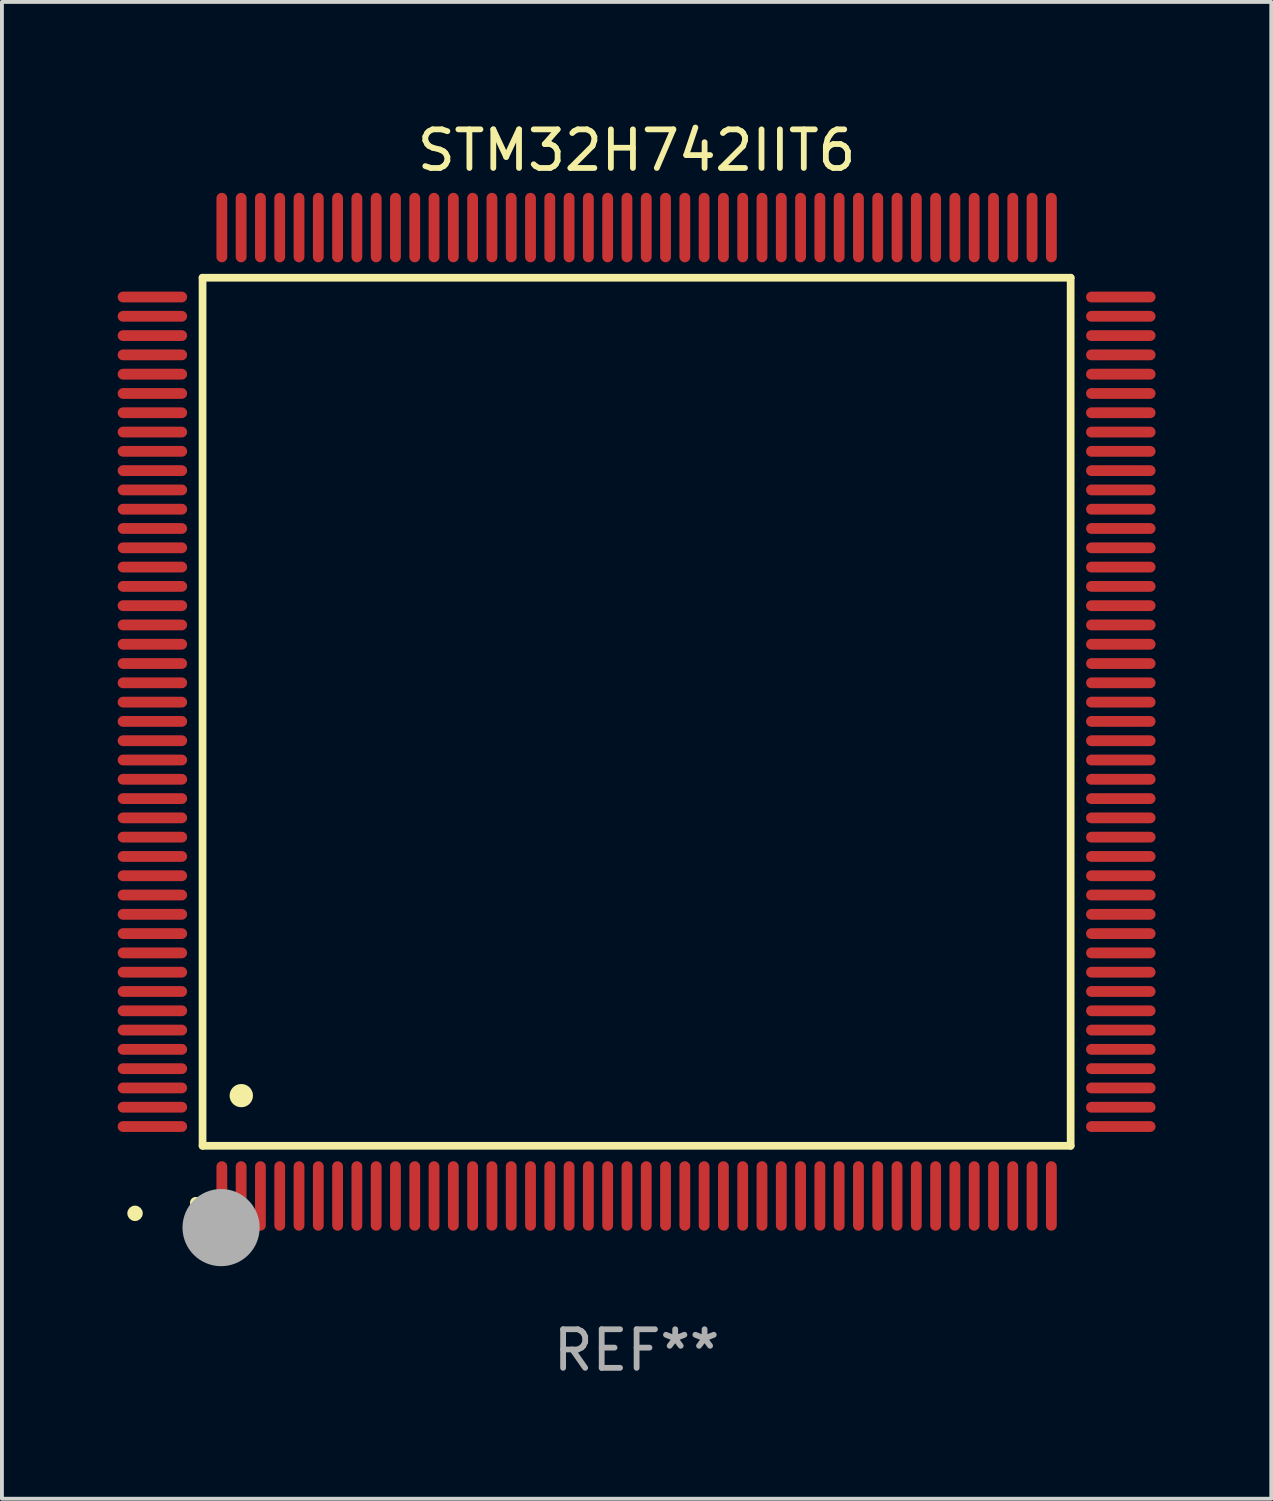
<source format=kicad_pcb>
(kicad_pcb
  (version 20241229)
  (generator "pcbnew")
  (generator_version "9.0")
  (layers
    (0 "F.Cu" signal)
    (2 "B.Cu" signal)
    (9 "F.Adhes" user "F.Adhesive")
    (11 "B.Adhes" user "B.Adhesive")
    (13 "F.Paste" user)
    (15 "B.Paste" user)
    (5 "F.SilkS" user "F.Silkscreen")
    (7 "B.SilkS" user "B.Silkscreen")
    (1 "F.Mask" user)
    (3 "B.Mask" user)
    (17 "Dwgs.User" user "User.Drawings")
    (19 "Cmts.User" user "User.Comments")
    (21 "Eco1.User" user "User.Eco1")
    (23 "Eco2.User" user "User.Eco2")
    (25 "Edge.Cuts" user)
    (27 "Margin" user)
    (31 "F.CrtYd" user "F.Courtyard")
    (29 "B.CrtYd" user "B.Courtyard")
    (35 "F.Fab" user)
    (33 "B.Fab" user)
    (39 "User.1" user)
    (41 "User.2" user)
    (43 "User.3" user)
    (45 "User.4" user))
  (footprint "STM32H742IIT6"
    (layer "F.Cu")
    (at 13.45 15.398)
    (property "Reference" "STM32H742IIT6" (at 0 -14.55 0) (layer "F.SilkS") (effects (font (size 1 1) (thickness 0.15))))
    (attr through_hole)
    (fp_line (start -11.25 -11.25) (end 11.25 -11.25) (stroke (width 0.2) (type solid)) (layer "F.SilkS"))
    (fp_line (start -11.25 11.25) (end -11.25 -11.25) (stroke (width 0.2) (type solid)) (layer "F.SilkS"))
    (fp_line (start 11.25 -11.25) (end 11.25 11.25) (stroke (width 0.2) (type solid)) (layer "F.SilkS"))
    (fp_line (start 11.25 11.25) (end -11.25 11.25) (stroke (width 0.2) (type solid)) (layer "F.SilkS"))
    (fp_arc (start -11.424943 12.725425) (mid -11.423673 12.72542) (end -11.422403 12.725425) (stroke (width 0.3) (type solid)) (layer "F.SilkS"))
    (fp_arc (start -10.24892 9.9492) (mid -10.24638 9.949189) (end -10.24384 9.9492) (stroke (width 0.6) (type solid)) (layer "F.SilkS"))
    (fp_circle (center -13 13) (end -12.9 13) (stroke (width 0.2) (type solid)) (fill no) (layer "F.SilkS"))
    (fp_circle (center -10.77 13.37) (end -10.27 13.37) (stroke (width 1) (type solid)) (fill no) (layer "F.Fab"))
    (fp_text user "REF**" (at 0 16.55 0) (layer "F.Fab") (effects (font (size 1 1) (thickness 0.15))))
    (pad "1" smd oval (at -10.75 12.55) (size 0.28 1.8) (layers "F.Cu" "F.Mask" "F.Paste"))
    (pad "2" smd oval (at -10.25 12.55) (size 0.28 1.8) (layers "F.Cu" "F.Mask" "F.Paste"))
    (pad "3" smd oval (at -9.75 12.55) (size 0.28 1.8) (layers "F.Cu" "F.Mask" "F.Paste"))
    (pad "4" smd oval (at -9.25 12.55) (size 0.28 1.8) (layers "F.Cu" "F.Mask" "F.Paste"))
    (pad "5" smd oval (at -8.75 12.55) (size 0.28 1.8) (layers "F.Cu" "F.Mask" "F.Paste"))
    (pad "6" smd oval (at -8.25 12.55) (size 0.28 1.8) (layers "F.Cu" "F.Mask" "F.Paste"))
    (pad "7" smd oval (at -7.75 12.55) (size 0.28 1.8) (layers "F.Cu" "F.Mask" "F.Paste"))
    (pad "8" smd oval (at -7.25 12.55) (size 0.28 1.8) (layers "F.Cu" "F.Mask" "F.Paste"))
    (pad "9" smd oval (at -6.75 12.55) (size 0.28 1.8) (layers "F.Cu" "F.Mask" "F.Paste"))
    (pad "10" smd oval (at -6.25 12.55) (size 0.28 1.8) (layers "F.Cu" "F.Mask" "F.Paste"))
    (pad "11" smd oval (at -5.75 12.55) (size 0.28 1.8) (layers "F.Cu" "F.Mask" "F.Paste"))
    (pad "12" smd oval (at -5.25 12.55) (size 0.28 1.8) (layers "F.Cu" "F.Mask" "F.Paste"))
    (pad "13" smd oval (at -4.75 12.55) (size 0.28 1.8) (layers "F.Cu" "F.Mask" "F.Paste"))
    (pad "14" smd oval (at -4.25 12.55) (size 0.28 1.8) (layers "F.Cu" "F.Mask" "F.Paste"))
    (pad "15" smd oval (at -3.75 12.55) (size 0.28 1.8) (layers "F.Cu" "F.Mask" "F.Paste"))
    (pad "16" smd oval (at -3.25 12.55) (size 0.28 1.8) (layers "F.Cu" "F.Mask" "F.Paste"))
    (pad "17" smd oval (at -2.75 12.55) (size 0.28 1.8) (layers "F.Cu" "F.Mask" "F.Paste"))
    (pad "18" smd oval (at -2.25 12.55) (size 0.28 1.8) (layers "F.Cu" "F.Mask" "F.Paste"))
    (pad "19" smd oval (at -1.75 12.55) (size 0.28 1.8) (layers "F.Cu" "F.Mask" "F.Paste"))
    (pad "20" smd oval (at -1.25 12.55) (size 0.28 1.8) (layers "F.Cu" "F.Mask" "F.Paste"))
    (pad "21" smd oval (at -0.75 12.55) (size 0.28 1.8) (layers "F.Cu" "F.Mask" "F.Paste"))
    (pad "22" smd oval (at -0.25 12.55) (size 0.28 1.8) (layers "F.Cu" "F.Mask" "F.Paste"))
    (pad "23" smd oval (at 0.25 12.55) (size 0.28 1.8) (layers "F.Cu" "F.Mask" "F.Paste"))
    (pad "24" smd oval (at 0.75 12.55) (size 0.28 1.8) (layers "F.Cu" "F.Mask" "F.Paste"))
    (pad "25" smd oval (at 1.25 12.55) (size 0.28 1.8) (layers "F.Cu" "F.Mask" "F.Paste"))
    (pad "26" smd oval (at 1.75 12.55) (size 0.28 1.8) (layers "F.Cu" "F.Mask" "F.Paste"))
    (pad "27" smd oval (at 2.25 12.55) (size 0.28 1.8) (layers "F.Cu" "F.Mask" "F.Paste"))
    (pad "28" smd oval (at 2.75 12.55) (size 0.28 1.8) (layers "F.Cu" "F.Mask" "F.Paste"))
    (pad "29" smd oval (at 3.25 12.55) (size 0.28 1.8) (layers "F.Cu" "F.Mask" "F.Paste"))
    (pad "30" smd oval (at 3.75 12.55) (size 0.28 1.8) (layers "F.Cu" "F.Mask" "F.Paste"))
    (pad "31" smd oval (at 4.25 12.55) (size 0.28 1.8) (layers "F.Cu" "F.Mask" "F.Paste"))
    (pad "32" smd oval (at 4.75 12.55) (size 0.28 1.8) (layers "F.Cu" "F.Mask" "F.Paste"))
    (pad "33" smd oval (at 5.25 12.55) (size 0.28 1.8) (layers "F.Cu" "F.Mask" "F.Paste"))
    (pad "34" smd oval (at 5.75 12.55) (size 0.28 1.8) (layers "F.Cu" "F.Mask" "F.Paste"))
    (pad "35" smd oval (at 6.25 12.55) (size 0.28 1.8) (layers "F.Cu" "F.Mask" "F.Paste"))
    (pad "36" smd oval (at 6.75 12.55) (size 0.28 1.8) (layers "F.Cu" "F.Mask" "F.Paste"))
    (pad "37" smd oval (at 7.25 12.55) (size 0.28 1.8) (layers "F.Cu" "F.Mask" "F.Paste"))
    (pad "38" smd oval (at 7.75 12.55) (size 0.28 1.8) (layers "F.Cu" "F.Mask" "F.Paste"))
    (pad "39" smd oval (at 8.25 12.55) (size 0.28 1.8) (layers "F.Cu" "F.Mask" "F.Paste"))
    (pad "40" smd oval (at 8.75 12.55) (size 0.28 1.8) (layers "F.Cu" "F.Mask" "F.Paste"))
    (pad "41" smd oval (at 9.25 12.55) (size 0.28 1.8) (layers "F.Cu" "F.Mask" "F.Paste"))
    (pad "42" smd oval (at 9.75 12.55) (size 0.28 1.8) (layers "F.Cu" "F.Mask" "F.Paste"))
    (pad "43" smd oval (at 10.25 12.55) (size 0.28 1.8) (layers "F.Cu" "F.Mask" "F.Paste"))
    (pad "44" smd oval (at 10.75 12.55) (size 0.28 1.8) (layers "F.Cu" "F.Mask" "F.Paste"))
    (pad "45" smd oval (at 12.55 10.75) (size 1.8 0.28) (layers "F.Cu" "F.Mask" "F.Paste"))
    (pad "46" smd oval (at 12.55 10.25) (size 1.8 0.28) (layers "F.Cu" "F.Mask" "F.Paste"))
    (pad "47" smd oval (at 12.55 9.75) (size 1.8 0.28) (layers "F.Cu" "F.Mask" "F.Paste"))
    (pad "48" smd oval (at 12.55 9.25) (size 1.8 0.28) (layers "F.Cu" "F.Mask" "F.Paste"))
    (pad "49" smd oval (at 12.55 8.75) (size 1.8 0.28) (layers "F.Cu" "F.Mask" "F.Paste"))
    (pad "50" smd oval (at 12.55 8.25) (size 1.8 0.28) (layers "F.Cu" "F.Mask" "F.Paste"))
    (pad "51" smd oval (at 12.55 7.75) (size 1.8 0.28) (layers "F.Cu" "F.Mask" "F.Paste"))
    (pad "52" smd oval (at 12.55 7.25) (size 1.8 0.28) (layers "F.Cu" "F.Mask" "F.Paste"))
    (pad "53" smd oval (at 12.55 6.75) (size 1.8 0.28) (layers "F.Cu" "F.Mask" "F.Paste"))
    (pad "54" smd oval (at 12.55 6.25) (size 1.8 0.28) (layers "F.Cu" "F.Mask" "F.Paste"))
    (pad "55" smd oval (at 12.55 5.75) (size 1.8 0.28) (layers "F.Cu" "F.Mask" "F.Paste"))
    (pad "56" smd oval (at 12.55 5.25) (size 1.8 0.28) (layers "F.Cu" "F.Mask" "F.Paste"))
    (pad "57" smd oval (at 12.55 4.75) (size 1.8 0.28) (layers "F.Cu" "F.Mask" "F.Paste"))
    (pad "58" smd oval (at 12.55 4.25) (size 1.8 0.28) (layers "F.Cu" "F.Mask" "F.Paste"))
    (pad "59" smd oval (at 12.55 3.75) (size 1.8 0.28) (layers "F.Cu" "F.Mask" "F.Paste"))
    (pad "60" smd oval (at 12.55 3.25) (size 1.8 0.28) (layers "F.Cu" "F.Mask" "F.Paste"))
    (pad "61" smd oval (at 12.55 2.75) (size 1.8 0.28) (layers "F.Cu" "F.Mask" "F.Paste"))
    (pad "62" smd oval (at 12.55 2.25) (size 1.8 0.28) (layers "F.Cu" "F.Mask" "F.Paste"))
    (pad "63" smd oval (at 12.55 1.75) (size 1.8 0.28) (layers "F.Cu" "F.Mask" "F.Paste"))
    (pad "64" smd oval (at 12.55 1.25) (size 1.8 0.28) (layers "F.Cu" "F.Mask" "F.Paste"))
    (pad "65" smd oval (at 12.55 0.75) (size 1.8 0.28) (layers "F.Cu" "F.Mask" "F.Paste"))
    (pad "66" smd oval (at 12.55 0.25) (size 1.8 0.28) (layers "F.Cu" "F.Mask" "F.Paste"))
    (pad "67" smd oval (at 12.55 -0.25) (size 1.8 0.28) (layers "F.Cu" "F.Mask" "F.Paste"))
    (pad "68" smd oval (at 12.55 -0.75) (size 1.8 0.28) (layers "F.Cu" "F.Mask" "F.Paste"))
    (pad "69" smd oval (at 12.55 -1.25) (size 1.8 0.28) (layers "F.Cu" "F.Mask" "F.Paste"))
    (pad "70" smd oval (at 12.55 -1.75) (size 1.8 0.28) (layers "F.Cu" "F.Mask" "F.Paste"))
    (pad "71" smd oval (at 12.55 -2.25) (size 1.8 0.28) (layers "F.Cu" "F.Mask" "F.Paste"))
    (pad "72" smd oval (at 12.55 -2.75) (size 1.8 0.28) (layers "F.Cu" "F.Mask" "F.Paste"))
    (pad "73" smd oval (at 12.55 -3.25) (size 1.8 0.28) (layers "F.Cu" "F.Mask" "F.Paste"))
    (pad "74" smd oval (at 12.55 -3.75) (size 1.8 0.28) (layers "F.Cu" "F.Mask" "F.Paste"))
    (pad "75" smd oval (at 12.55 -4.25) (size 1.8 0.28) (layers "F.Cu" "F.Mask" "F.Paste"))
    (pad "76" smd oval (at 12.55 -4.75) (size 1.8 0.28) (layers "F.Cu" "F.Mask" "F.Paste"))
    (pad "77" smd oval (at 12.55 -5.25) (size 1.8 0.28) (layers "F.Cu" "F.Mask" "F.Paste"))
    (pad "78" smd oval (at 12.55 -5.75) (size 1.8 0.28) (layers "F.Cu" "F.Mask" "F.Paste"))
    (pad "79" smd oval (at 12.55 -6.25) (size 1.8 0.28) (layers "F.Cu" "F.Mask" "F.Paste"))
    (pad "80" smd oval (at 12.55 -6.75) (size 1.8 0.28) (layers "F.Cu" "F.Mask" "F.Paste"))
    (pad "81" smd oval (at 12.55 -7.25) (size 1.8 0.28) (layers "F.Cu" "F.Mask" "F.Paste"))
    (pad "82" smd oval (at 12.55 -7.75) (size 1.8 0.28) (layers "F.Cu" "F.Mask" "F.Paste"))
    (pad "83" smd oval (at 12.55 -8.25) (size 1.8 0.28) (layers "F.Cu" "F.Mask" "F.Paste"))
    (pad "84" smd oval (at 12.55 -8.75) (size 1.8 0.28) (layers "F.Cu" "F.Mask" "F.Paste"))
    (pad "85" smd oval (at 12.55 -9.25) (size 1.8 0.28) (layers "F.Cu" "F.Mask" "F.Paste"))
    (pad "86" smd oval (at 12.55 -9.75) (size 1.8 0.28) (layers "F.Cu" "F.Mask" "F.Paste"))
    (pad "87" smd oval (at 12.55 -10.25) (size 1.8 0.28) (layers "F.Cu" "F.Mask" "F.Paste"))
    (pad "88" smd oval (at 12.55 -10.75) (size 1.8 0.28) (layers "F.Cu" "F.Mask" "F.Paste"))
    (pad "89" smd oval (at 10.75 -12.55) (size 0.28 1.8) (layers "F.Cu" "F.Mask" "F.Paste"))
    (pad "90" smd oval (at 10.25 -12.55) (size 0.28 1.8) (layers "F.Cu" "F.Mask" "F.Paste"))
    (pad "91" smd oval (at 9.75 -12.55) (size 0.28 1.8) (layers "F.Cu" "F.Mask" "F.Paste"))
    (pad "92" smd oval (at 9.25 -12.55) (size 0.28 1.8) (layers "F.Cu" "F.Mask" "F.Paste"))
    (pad "93" smd oval (at 8.75 -12.55) (size 0.28 1.8) (layers "F.Cu" "F.Mask" "F.Paste"))
    (pad "94" smd oval (at 8.25 -12.55) (size 0.28 1.8) (layers "F.Cu" "F.Mask" "F.Paste"))
    (pad "95" smd oval (at 7.75 -12.55) (size 0.28 1.8) (layers "F.Cu" "F.Mask" "F.Paste"))
    (pad "96" smd oval (at 7.25 -12.55) (size 0.28 1.8) (layers "F.Cu" "F.Mask" "F.Paste"))
    (pad "97" smd oval (at 6.75 -12.55) (size 0.28 1.8) (layers "F.Cu" "F.Mask" "F.Paste"))
    (pad "98" smd oval (at 6.25 -12.55) (size 0.28 1.8) (layers "F.Cu" "F.Mask" "F.Paste"))
    (pad "99" smd oval (at 5.75 -12.55) (size 0.28 1.8) (layers "F.Cu" "F.Mask" "F.Paste"))
    (pad "100" smd oval (at 5.25 -12.55) (size 0.28 1.8) (layers "F.Cu" "F.Mask" "F.Paste"))
    (pad "101" smd oval (at 4.75 -12.55) (size 0.28 1.8) (layers "F.Cu" "F.Mask" "F.Paste"))
    (pad "102" smd oval (at 4.25 -12.55) (size 0.28 1.8) (layers "F.Cu" "F.Mask" "F.Paste"))
    (pad "103" smd oval (at 3.75 -12.55) (size 0.28 1.8) (layers "F.Cu" "F.Mask" "F.Paste"))
    (pad "104" smd oval (at 3.25 -12.55) (size 0.28 1.8) (layers "F.Cu" "F.Mask" "F.Paste"))
    (pad "105" smd oval (at 2.75 -12.55) (size 0.28 1.8) (layers "F.Cu" "F.Mask" "F.Paste"))
    (pad "106" smd oval (at 2.25 -12.55) (size 0.28 1.8) (layers "F.Cu" "F.Mask" "F.Paste"))
    (pad "107" smd oval (at 1.75 -12.55) (size 0.28 1.8) (layers "F.Cu" "F.Mask" "F.Paste"))
    (pad "108" smd oval (at 1.25 -12.55) (size 0.28 1.8) (layers "F.Cu" "F.Mask" "F.Paste"))
    (pad "109" smd oval (at 0.75 -12.55) (size 0.28 1.8) (layers "F.Cu" "F.Mask" "F.Paste"))
    (pad "110" smd oval (at 0.25 -12.55) (size 0.28 1.8) (layers "F.Cu" "F.Mask" "F.Paste"))
    (pad "111" smd oval (at -0.25 -12.55) (size 0.28 1.8) (layers "F.Cu" "F.Mask" "F.Paste"))
    (pad "112" smd oval (at -0.75 -12.55) (size 0.28 1.8) (layers "F.Cu" "F.Mask" "F.Paste"))
    (pad "113" smd oval (at -1.25 -12.55) (size 0.28 1.8) (layers "F.Cu" "F.Mask" "F.Paste"))
    (pad "114" smd oval (at -1.75 -12.55) (size 0.28 1.8) (layers "F.Cu" "F.Mask" "F.Paste"))
    (pad "115" smd oval (at -2.25 -12.55) (size 0.28 1.8) (layers "F.Cu" "F.Mask" "F.Paste"))
    (pad "116" smd oval (at -2.75 -12.55) (size 0.28 1.8) (layers "F.Cu" "F.Mask" "F.Paste"))
    (pad "117" smd oval (at -3.25 -12.55) (size 0.28 1.8) (layers "F.Cu" "F.Mask" "F.Paste"))
    (pad "118" smd oval (at -3.75 -12.55) (size 0.28 1.8) (layers "F.Cu" "F.Mask" "F.Paste"))
    (pad "119" smd oval (at -4.25 -12.55) (size 0.28 1.8) (layers "F.Cu" "F.Mask" "F.Paste"))
    (pad "120" smd oval (at -4.75 -12.55) (size 0.28 1.8) (layers "F.Cu" "F.Mask" "F.Paste"))
    (pad "121" smd oval (at -5.25 -12.55) (size 0.28 1.8) (layers "F.Cu" "F.Mask" "F.Paste"))
    (pad "122" smd oval (at -5.75 -12.55) (size 0.28 1.8) (layers "F.Cu" "F.Mask" "F.Paste"))
    (pad "123" smd oval (at -6.25 -12.55) (size 0.28 1.8) (layers "F.Cu" "F.Mask" "F.Paste"))
    (pad "124" smd oval (at -6.75 -12.55) (size 0.28 1.8) (layers "F.Cu" "F.Mask" "F.Paste"))
    (pad "125" smd oval (at -7.25 -12.55) (size 0.28 1.8) (layers "F.Cu" "F.Mask" "F.Paste"))
    (pad "126" smd oval (at -7.75 -12.55) (size 0.28 1.8) (layers "F.Cu" "F.Mask" "F.Paste"))
    (pad "127" smd oval (at -8.25 -12.55) (size 0.28 1.8) (layers "F.Cu" "F.Mask" "F.Paste"))
    (pad "128" smd oval (at -8.75 -12.55) (size 0.28 1.8) (layers "F.Cu" "F.Mask" "F.Paste"))
    (pad "129" smd oval (at -9.25 -12.55) (size 0.28 1.8) (layers "F.Cu" "F.Mask" "F.Paste"))
    (pad "130" smd oval (at -9.75 -12.55) (size 0.28 1.8) (layers "F.Cu" "F.Mask" "F.Paste"))
    (pad "131" smd oval (at -10.25 -12.55) (size 0.28 1.8) (layers "F.Cu" "F.Mask" "F.Paste"))
    (pad "132" smd oval (at -10.75 -12.55) (size 0.28 1.8) (layers "F.Cu" "F.Mask" "F.Paste"))
    (pad "133" smd oval (at -12.55 -10.75) (size 1.8 0.28) (layers "F.Cu" "F.Mask" "F.Paste"))
    (pad "134" smd oval (at -12.55 -10.25) (size 1.8 0.28) (layers "F.Cu" "F.Mask" "F.Paste"))
    (pad "135" smd oval (at -12.55 -9.75) (size 1.8 0.28) (layers "F.Cu" "F.Mask" "F.Paste"))
    (pad "136" smd oval (at -12.55 -9.25) (size 1.8 0.28) (layers "F.Cu" "F.Mask" "F.Paste"))
    (pad "137" smd oval (at -12.55 -8.75) (size 1.8 0.28) (layers "F.Cu" "F.Mask" "F.Paste"))
    (pad "138" smd oval (at -12.55 -8.25) (size 1.8 0.28) (layers "F.Cu" "F.Mask" "F.Paste"))
    (pad "139" smd oval (at -12.55 -7.75) (size 1.8 0.28) (layers "F.Cu" "F.Mask" "F.Paste"))
    (pad "140" smd oval (at -12.55 -7.25) (size 1.8 0.28) (layers "F.Cu" "F.Mask" "F.Paste"))
    (pad "141" smd oval (at -12.55 -6.75) (size 1.8 0.28) (layers "F.Cu" "F.Mask" "F.Paste"))
    (pad "142" smd oval (at -12.55 -6.25) (size 1.8 0.28) (layers "F.Cu" "F.Mask" "F.Paste"))
    (pad "143" smd oval (at -12.55 -5.75) (size 1.8 0.28) (layers "F.Cu" "F.Mask" "F.Paste"))
    (pad "144" smd oval (at -12.55 -5.25) (size 1.8 0.28) (layers "F.Cu" "F.Mask" "F.Paste"))
    (pad "145" smd oval (at -12.55 -4.75) (size 1.8 0.28) (layers "F.Cu" "F.Mask" "F.Paste"))
    (pad "146" smd oval (at -12.55 -4.25) (size 1.8 0.28) (layers "F.Cu" "F.Mask" "F.Paste"))
    (pad "147" smd oval (at -12.55 -3.75) (size 1.8 0.28) (layers "F.Cu" "F.Mask" "F.Paste"))
    (pad "148" smd oval (at -12.55 -3.25) (size 1.8 0.28) (layers "F.Cu" "F.Mask" "F.Paste"))
    (pad "149" smd oval (at -12.55 -2.75) (size 1.8 0.28) (layers "F.Cu" "F.Mask" "F.Paste"))
    (pad "150" smd oval (at -12.55 -2.25) (size 1.8 0.28) (layers "F.Cu" "F.Mask" "F.Paste"))
    (pad "151" smd oval (at -12.55 -1.75) (size 1.8 0.28) (layers "F.Cu" "F.Mask" "F.Paste"))
    (pad "152" smd oval (at -12.55 -1.25) (size 1.8 0.28) (layers "F.Cu" "F.Mask" "F.Paste"))
    (pad "153" smd oval (at -12.55 -0.75) (size 1.8 0.28) (layers "F.Cu" "F.Mask" "F.Paste"))
    (pad "154" smd oval (at -12.55 -0.25) (size 1.8 0.28) (layers "F.Cu" "F.Mask" "F.Paste"))
    (pad "155" smd oval (at -12.55 0.25) (size 1.8 0.28) (layers "F.Cu" "F.Mask" "F.Paste"))
    (pad "156" smd oval (at -12.55 0.75) (size 1.8 0.28) (layers "F.Cu" "F.Mask" "F.Paste"))
    (pad "157" smd oval (at -12.55 1.25) (size 1.8 0.28) (layers "F.Cu" "F.Mask" "F.Paste"))
    (pad "158" smd oval (at -12.55 1.75) (size 1.8 0.28) (layers "F.Cu" "F.Mask" "F.Paste"))
    (pad "159" smd oval (at -12.55 2.25) (size 1.8 0.28) (layers "F.Cu" "F.Mask" "F.Paste"))
    (pad "160" smd oval (at -12.55 2.75) (size 1.8 0.28) (layers "F.Cu" "F.Mask" "F.Paste"))
    (pad "161" smd oval (at -12.55 3.25) (size 1.8 0.28) (layers "F.Cu" "F.Mask" "F.Paste"))
    (pad "162" smd oval (at -12.55 3.75) (size 1.8 0.28) (layers "F.Cu" "F.Mask" "F.Paste"))
    (pad "163" smd oval (at -12.55 4.25) (size 1.8 0.28) (layers "F.Cu" "F.Mask" "F.Paste"))
    (pad "164" smd oval (at -12.55 4.75) (size 1.8 0.28) (layers "F.Cu" "F.Mask" "F.Paste"))
    (pad "165" smd oval (at -12.55 5.25) (size 1.8 0.28) (layers "F.Cu" "F.Mask" "F.Paste"))
    (pad "166" smd oval (at -12.55 5.75) (size 1.8 0.28) (layers "F.Cu" "F.Mask" "F.Paste"))
    (pad "167" smd oval (at -12.55 6.25) (size 1.8 0.28) (layers "F.Cu" "F.Mask" "F.Paste"))
    (pad "168" smd oval (at -12.55 6.75) (size 1.8 0.28) (layers "F.Cu" "F.Mask" "F.Paste"))
    (pad "169" smd oval (at -12.55 7.25) (size 1.8 0.28) (layers "F.Cu" "F.Mask" "F.Paste"))
    (pad "170" smd oval (at -12.55 7.75) (size 1.8 0.28) (layers "F.Cu" "F.Mask" "F.Paste"))
    (pad "171" smd oval (at -12.55 8.25) (size 1.8 0.28) (layers "F.Cu" "F.Mask" "F.Paste"))
    (pad "172" smd oval (at -12.55 8.75) (size 1.8 0.28) (layers "F.Cu" "F.Mask" "F.Paste"))
    (pad "173" smd oval (at -12.55 9.25) (size 1.8 0.28) (layers "F.Cu" "F.Mask" "F.Paste"))
    (pad "174" smd oval (at -12.55 9.75) (size 1.8 0.28) (layers "F.Cu" "F.Mask" "F.Paste"))
    (pad "175" smd oval (at -12.55 10.25) (size 1.8 0.28) (layers "F.Cu" "F.Mask" "F.Paste"))
    (pad "176" smd oval (at -12.55 10.75) (size 1.8 0.28) (layers "F.Cu" "F.Mask" "F.Paste")))
  (gr_rect
    (start -3 -3)
    (end 29.9 35.796)
    (stroke (width 0.1) (type default))
    (fill no)
    (layer "Edge.Cuts")))
</source>
